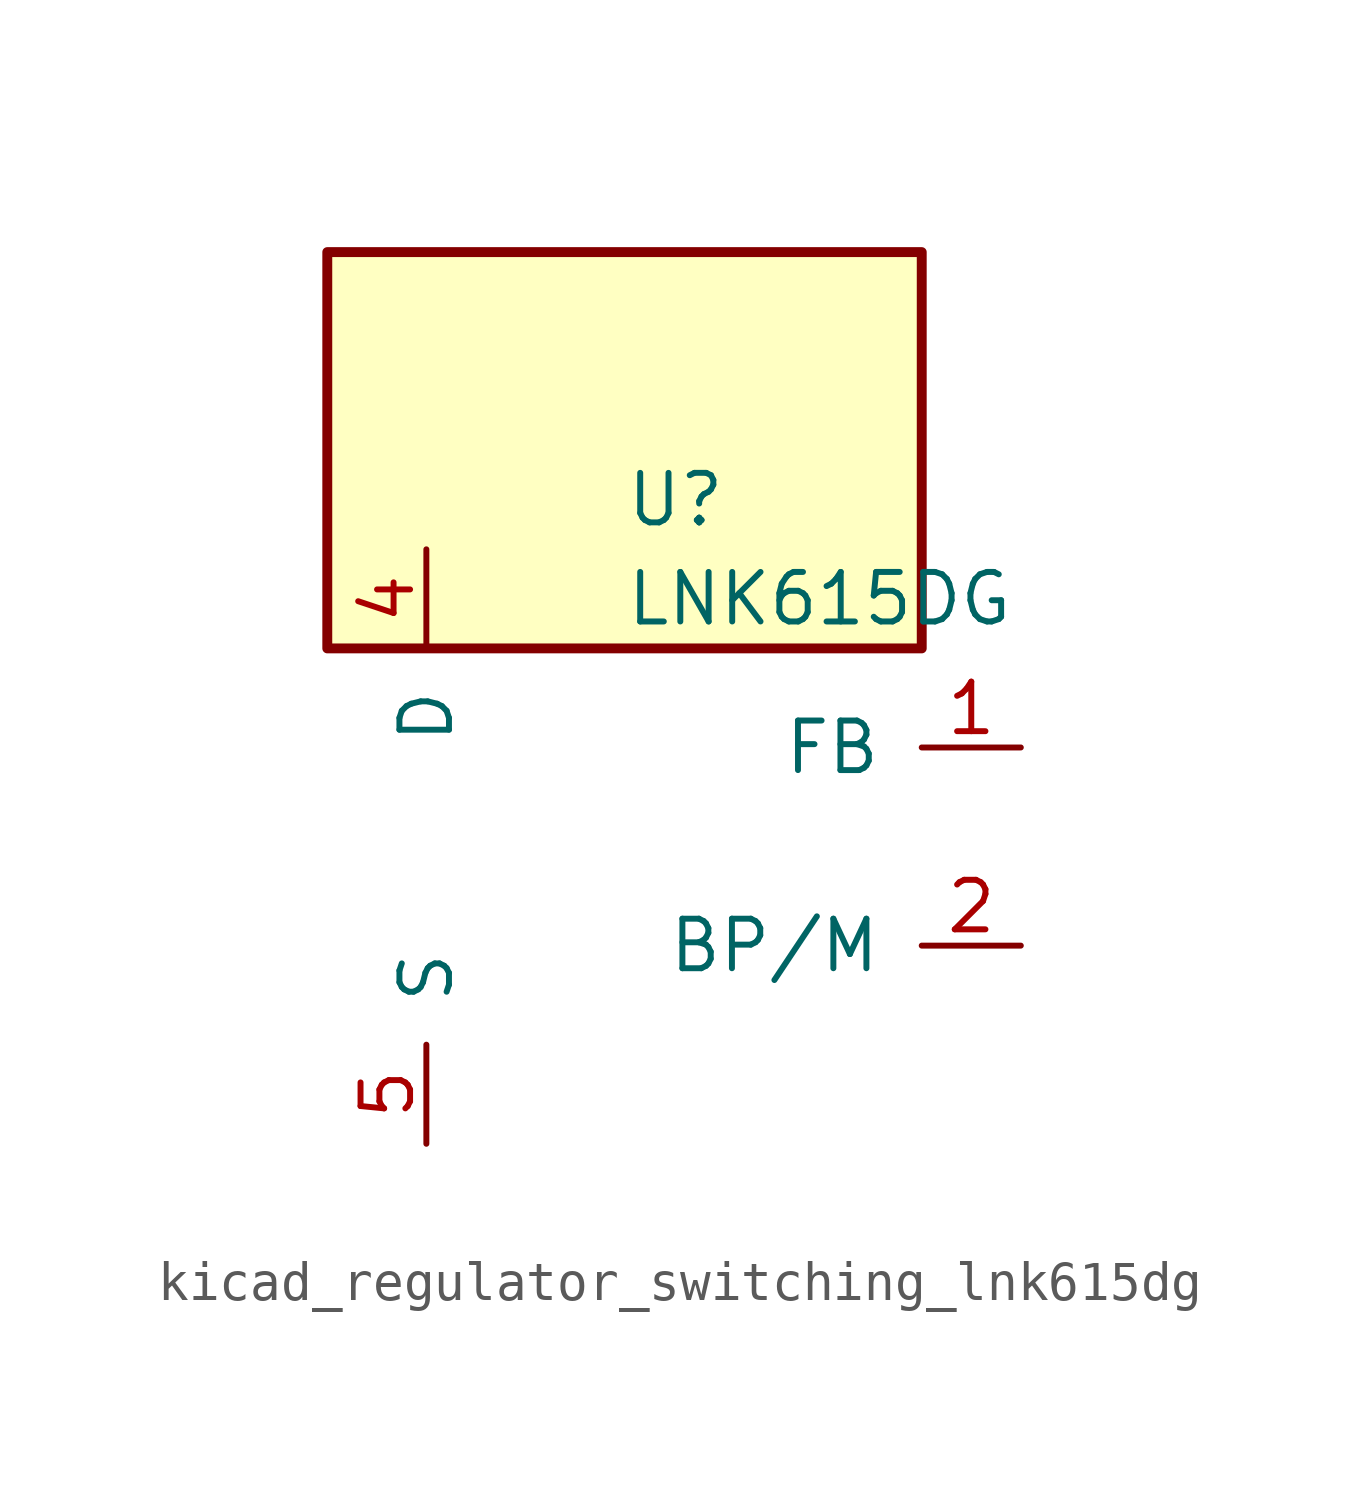
<source format=kicad_sym>
(kicad_symbol_lib
  (version 20220914)
  (generator kicad_symbol_editor)
  (symbol "kicad_regulator_switching_lnk615dg"
    (pin_names
      (offset 1.016))
    (property "Reference" "U"
      (at 0 8.89 0)
      (effects (font (size 1.27 1.27)) (justify left)))
    (property "Value" "LNK615DG"
      (at 0 6.35 0)
      (effects (font (size 1.27 1.27)) (justify left)))
    (symbol "kicad_regulator_switching_lnk615dg_0_1"
      (rectangle (start 7.62 15.24) (end -7.62 5.08) (stroke (width 0.254) (type default)) (fill (type background))))
    (symbol "kicad_regulator_switching_lnk615dg_1_1"
      (pin input line (at 10.16 2.54 180) (length 2.54) (name "FB" (effects (font (size 1.27 1.27)))) (number "1" (effects (font (size 1.27 1.27)))))
      (pin input line (at 10.16 -2.54 180) (length 2.54) (name "BP/M" (effects (font (size 1.27 1.27)))) (number "2" (effects (font (size 1.27 1.27)))))
      (pin open_collector line (at -5.08 7.62 270) (length 2.54) (name "D" (effects (font (size 1.27 1.27)))) (number "4" (effects (font (size 1.27 1.27)))))
      (pin power_in line (at -5.08 -7.62 90) (length 2.54) (name "S" (effects (font (size 1.27 1.27)))) (number "5" (effects (font (size 1.27 1.27)))))
      (pin passive line (at -5.08 -7.62 90) (length 2.54) hide (name "S" (effects (font (size 1.27 1.27)))) (number "6" (effects (font (size 1.27 1.27)))))
      (pin passive line (at -5.08 -7.62 90) (length 2.54) hide (name "S" (effects (font (size 1.27 1.27)))) (number "7" (effects (font (size 1.27 1.27)))))
      (pin passive line (at -5.08 -7.62 90) (length 2.54) hide (name "S" (effects (font (size 1.27 1.27)))) (number "8" (effects (font (size 1.27 1.27))))))))
</source>
